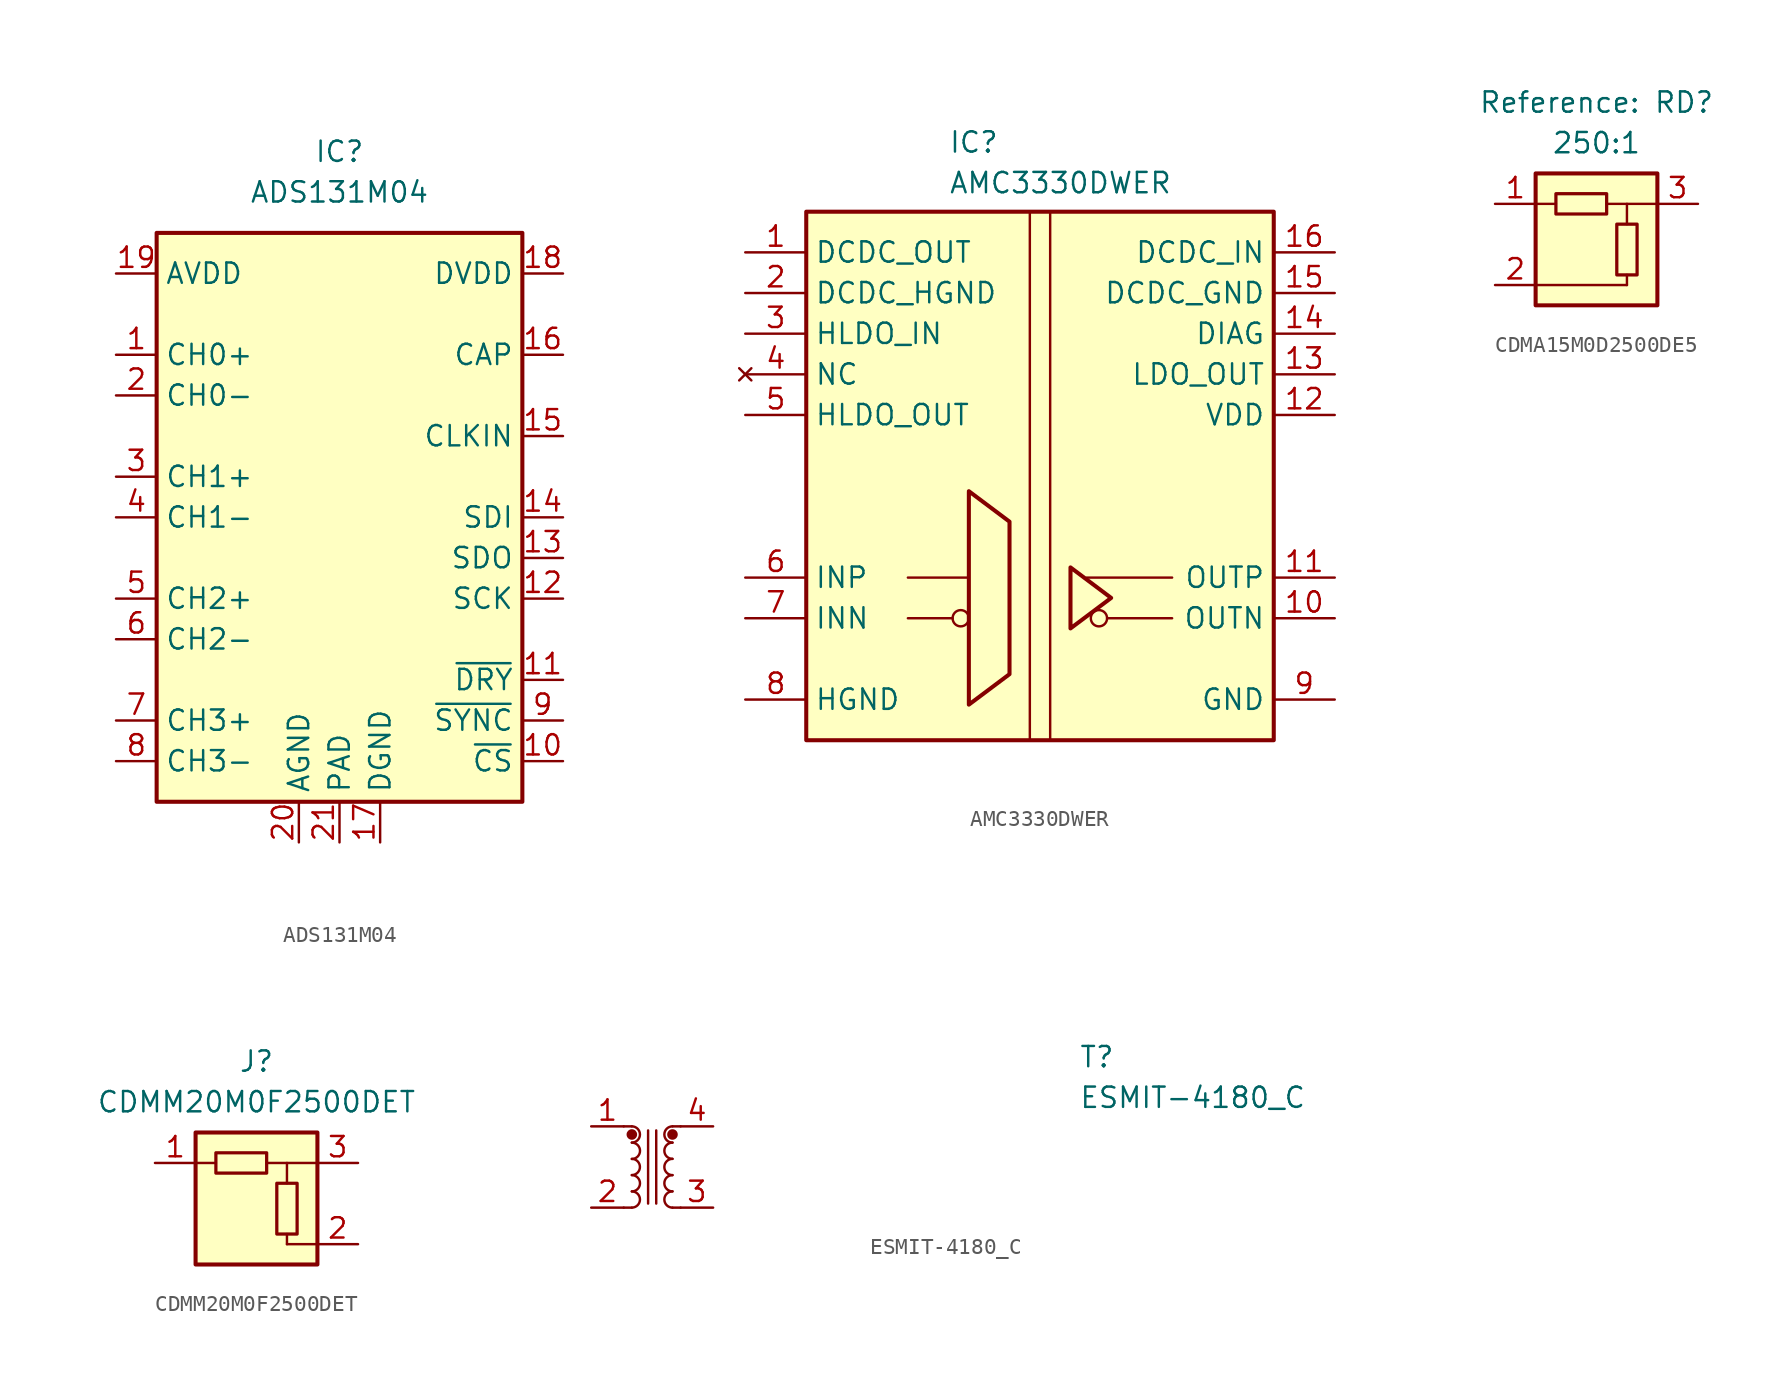
<source format=kicad_sym>
(kicad_symbol_lib
  (version 20241209)
  (generator "kicad_symbol_editor")
  (generator_version "9.0")
  (symbol "ADS131M04"
    (property "Reference" "IC"
      (at 0 22.86 0)
      (effects (font (size 1.27 1.27))))
    (property "Value" "ADS131M04"
      (at 0 20.32 0)
      (effects (font (size 1.27 1.27))))
    (symbol "ADS131M04_1_1"
      (rectangle (start -11.43 17.78) (end 11.43 -17.78) (stroke (width 0.254) (type default)) (fill (type background)))
      (pin passive line (at -13.97 15.24 0) (length 2.54) (name "AVDD" (effects (font (size 1.27 1.27)))) (number "19" (effects (font (size 1.27 1.27)))))
      (pin passive line (at -13.97 10.16 0) (length 2.54) (name "CH0+" (effects (font (size 1.27 1.27)))) (number "1" (effects (font (size 1.27 1.27)))))
      (pin passive line (at -13.97 7.62 0) (length 2.54) (name "CH0-" (effects (font (size 1.27 1.27)))) (number "2" (effects (font (size 1.27 1.27)))))
      (pin passive line (at -13.97 2.54 0) (length 2.54) (name "CH1+" (effects (font (size 1.27 1.27)))) (number "3" (effects (font (size 1.27 1.27)))))
      (pin passive line (at -13.97 0 0) (length 2.54) (name "CH1-" (effects (font (size 1.27 1.27)))) (number "4" (effects (font (size 1.27 1.27)))))
      (pin passive line (at -13.97 -5.08 0) (length 2.54) (name "CH2+" (effects (font (size 1.27 1.27)))) (number "5" (effects (font (size 1.27 1.27)))))
      (pin passive line (at -13.97 -7.62 0) (length 2.54) (name "CH2-" (effects (font (size 1.27 1.27)))) (number "6" (effects (font (size 1.27 1.27)))))
      (pin passive line (at -13.97 -12.7 0) (length 2.54) (name "CH3+" (effects (font (size 1.27 1.27)))) (number "7" (effects (font (size 1.27 1.27)))))
      (pin passive line (at -13.97 -15.24 0) (length 2.54) (name "CH3-" (effects (font (size 1.27 1.27)))) (number "8" (effects (font (size 1.27 1.27)))))
      (pin passive line (at -2.54 -20.32 90) (length 2.54) (name "AGND" (effects (font (size 1.27 1.27)))) (number "20" (effects (font (size 1.27 1.27)))))
      (pin passive line (at 0 -20.32 90) (length 2.54) (name "PAD" (effects (font (size 1.27 1.27)))) (number "21" (effects (font (size 1.27 1.27)))))
      (pin passive line (at 2.54 -20.32 90) (length 2.54) (name "DGND" (effects (font (size 1.27 1.27)))) (number "17" (effects (font (size 1.27 1.27)))))
      (pin passive line (at 13.97 15.24 180) (length 2.54) (name "DVDD" (effects (font (size 1.27 1.27)))) (number "18" (effects (font (size 1.27 1.27)))))
      (pin passive line (at 13.97 10.16 180) (length 2.54) (name "CAP" (effects (font (size 1.27 1.27)))) (number "16" (effects (font (size 1.27 1.27)))))
      (pin passive line (at 13.97 5.08 180) (length 2.54) (name "CLKIN" (effects (font (size 1.27 1.27)))) (number "15" (effects (font (size 1.27 1.27)))))
      (pin passive line (at 13.97 0 180) (length 2.54) (name "SDI" (effects (font (size 1.27 1.27)))) (number "14" (effects (font (size 1.27 1.27)))))
      (pin passive line (at 13.97 -2.54 180) (length 2.54) (name "SDO" (effects (font (size 1.27 1.27)))) (number "13" (effects (font (size 1.27 1.27)))))
      (pin passive line (at 13.97 -5.08 180) (length 2.54) (name "SCK" (effects (font (size 1.27 1.27)))) (number "12" (effects (font (size 1.27 1.27)))))
      (pin passive line (at 13.97 -10.16 180) (length 2.54) (name "~{DRY}" (effects (font (size 1.27 1.27)))) (number "11" (effects (font (size 1.27 1.27)))))
      (pin passive line (at 13.97 -12.7 180) (length 2.54) (name "~{SYNC}" (effects (font (size 1.27 1.27)))) (number "9" (effects (font (size 1.27 1.27)))))
      (pin passive line (at 13.97 -15.24 180) (length 2.54) (name "~{CS}" (effects (font (size 1.27 1.27)))) (number "10" (effects (font (size 1.27 1.27)))))))
  (symbol "AMC3330DWER"
    (property "Reference" "IC"
      (at -6.35 21.59 0)
      (effects (font (size 1.27 1.27)) (justify left top)))
    (property "Value" "AMC3330DWER"
      (at -6.35 19.05 0)
      (effects (font (size 1.27 1.27)) (justify left top)))
    (symbol "AMC3330DWER_0_1"
      (polyline (pts (xy -8.89 -6.35) (xy -5.08 -6.35)) (stroke (width 0) (type default)) (fill (type none)))
      (polyline (pts (xy -8.89 -8.89) (xy -6.096 -8.89)) (stroke (width 0) (type default)) (fill (type none)))
      (circle (center -5.588 -8.89) (radius 0.508) (stroke (width 0) (type default)) (fill (type none)))
      (polyline (pts (xy -2.54 -12.382) (xy -5.08 -14.287) (xy -5.08 -0.953) (xy -2.54 -2.857) (xy -2.54 -12.192)) (stroke (width 0) (type default)) (fill (type none)))
      (polyline (pts (xy 2.286 -6.35) (xy 7.62 -6.35)) (stroke (width 0) (type default)) (fill (type none)))
      (circle (center 3.048 -8.89) (radius 0.508) (stroke (width 0) (type default)) (fill (type none)))
      (polyline (pts (xy 3.556 -8.89) (xy 7.62 -8.89)) (stroke (width 0) (type default)) (fill (type none))))
    (symbol "AMC3330DWER_1_1"
      (rectangle (start -15.24 16.51) (end 13.97 -16.51) (stroke (width 0.254) (type solid)) (fill (type background)))
      (polyline (pts (xy -5.08 -1.016) (xy -5.08 -14.287) (xy -2.54 -12.383) (xy -2.54 -2.857) (xy -5.08 -0.953)) (stroke (width 0.254) (type solid)) (fill (type none)))
      (polyline (pts (xy -1.27 16.51) (xy -1.27 -16.51)) (stroke (width 0) (type solid)) (fill (type none)))
      (polyline (pts (xy 0 16.51) (xy 0 -16.51)) (stroke (width 0) (type solid)) (fill (type none)))
      (polyline (pts (xy 1.27 -5.715) (xy 1.27 -9.525) (xy 3.81 -7.62) (xy 1.27 -5.715)) (stroke (width 0.254) (type solid)) (fill (type none)))
      (pin passive line (at -19.05 13.97 0) (length 3.81) (name "DCDC_OUT" (effects (font (size 1.27 1.27)))) (number "1" (effects (font (size 1.27 1.27)))))
      (pin passive line (at -19.05 11.43 0) (length 3.81) (name "DCDC_HGND" (effects (font (size 1.27 1.27)))) (number "2" (effects (font (size 1.27 1.27)))))
      (pin passive line (at -19.05 8.89 0) (length 3.81) (name "HLDO_IN" (effects (font (size 1.27 1.27)))) (number "3" (effects (font (size 1.27 1.27)))))
      (pin no_connect line (at -19.05 6.35 0) (length 3.81) (name "NC" (effects (font (size 1.27 1.27)))) (number "4" (effects (font (size 1.27 1.27)))))
      (pin passive line (at -19.05 3.81 0) (length 3.81) (name "HLDO_OUT" (effects (font (size 1.27 1.27)))) (number "5" (effects (font (size 1.27 1.27)))))
      (pin passive line (at -19.05 -6.35 0) (length 3.81) (name "INP" (effects (font (size 1.27 1.27)))) (number "6" (effects (font (size 1.27 1.27)))))
      (pin passive line (at -19.05 -8.89 0) (length 3.81) (name "INN" (effects (font (size 1.27 1.27)))) (number "7" (effects (font (size 1.27 1.27)))))
      (pin passive line (at -19.05 -13.97 0) (length 3.81) (name "HGND" (effects (font (size 1.27 1.27)))) (number "8" (effects (font (size 1.27 1.27)))))
      (pin passive line (at 17.78 13.97 180) (length 3.81) (name "DCDC_IN" (effects (font (size 1.27 1.27)))) (number "16" (effects (font (size 1.27 1.27)))))
      (pin passive line (at 17.78 11.43 180) (length 3.81) (name "DCDC_GND" (effects (font (size 1.27 1.27)))) (number "15" (effects (font (size 1.27 1.27)))))
      (pin passive line (at 17.78 8.89 180) (length 3.81) (name "DIAG" (effects (font (size 1.27 1.27)))) (number "14" (effects (font (size 1.27 1.27)))))
      (pin passive line (at 17.78 6.35 180) (length 3.81) (name "LDO_OUT" (effects (font (size 1.27 1.27)))) (number "13" (effects (font (size 1.27 1.27)))))
      (pin passive line (at 17.78 3.81 180) (length 3.81) (name "VDD" (effects (font (size 1.27 1.27)))) (number "12" (effects (font (size 1.27 1.27)))))
      (pin passive line (at 17.78 -6.35 180) (length 3.81) (name "OUTP" (effects (font (size 1.27 1.27)))) (number "11" (effects (font (size 1.27 1.27)))))
      (pin passive line (at 17.78 -8.89 180) (length 3.81) (name "OUTN" (effects (font (size 1.27 1.27)))) (number "10" (effects (font (size 1.27 1.27)))))
      (pin passive line (at 17.78 -13.97 180) (length 3.81) (name "GND" (effects (font (size 1.27 1.27)))) (number "9" (effects (font (size 1.27 1.27)))))))
  (symbol "CDMA15M0D2500DE5"
    (property "Reference" "RD"
      (at 0 8.89 0)
      (show_name)
      (effects (font (size 1.27 1.27))))
    (property "Value" "250:1"
      (at 0 6.35 0)
      (effects (font (size 1.27 1.27))))
    (symbol "CDMA15M0D2500DE5_0_1"
      (rectangle (start -2.54 3.175) (end 0.635 1.905) (stroke (width 0.203) (type default)) (fill (type none)))
      (polyline (pts (xy 0.635 2.54) (xy 1.905 2.54) (xy 1.905 1.27)) (stroke (width 0) (type default)) (fill (type none)))
      (rectangle (start 1.27 1.27) (end 2.54 -1.905) (stroke (width 0.203) (type default)) (fill (type none)))
      (polyline (pts (xy 1.905 2.54) (xy 3.81 2.54)) (stroke (width 0) (type default)) (fill (type none)))
      (polyline (pts (xy 1.905 -2.54) (xy -3.81 -2.54)) (stroke (width 0) (type default)) (fill (type none))))
    (symbol "CDMA15M0D2500DE5_1_1"
      (rectangle (start -3.81 4.445) (end 3.81 -3.81) (stroke (width 0.254) (type default)) (fill (type background)))
      (polyline (pts (xy -2.54 2.54) (xy -3.81 2.54)) (stroke (width 0) (type default)) (fill (type none)))
      (polyline (pts (xy 1.905 -1.905) (xy 1.905 -2.54)) (stroke (width 0) (type default)) (fill (type none)))
      (pin power_in line (at -6.35 2.54 0) (length 2.54) (name "~" (effects (font (size 1.27 1.27)))) (number "1" (effects (font (size 1.27 1.27)))))
      (pin power_out line (at -6.35 -2.54 0) (length 2.54) (name "~" (effects (font (size 1.27 1.27)))) (number "2" (effects (font (size 1.27 1.27)))))
      (pin output line (at 6.35 2.54 180) (length 2.54) (name "~" (effects (font (size 1.27 1.27)))) (number "3" (effects (font (size 1.27 1.27)))))))
  (symbol "CDMM20M0F2500DET"
    (property "Reference" "J"
      (at 0 8.89 0)
      (effects (font (size 1.27 1.27))))
    (property "Value" "CDMM20M0F2500DET"
      (at 0 6.35 0)
      (effects (font (size 1.27 1.27))))
    (symbol "CDMM20M0F2500DET_0_1"
      (rectangle (start -2.54 3.175) (end 0.635 1.905) (stroke (width 0.203) (type default)) (fill (type none)))
      (polyline (pts (xy 0.635 2.54) (xy 1.905 2.54) (xy 1.905 1.27)) (stroke (width 0) (type default)) (fill (type none)))
      (rectangle (start 1.27 1.27) (end 2.54 -1.905) (stroke (width 0.203) (type default)) (fill (type none)))
      (polyline (pts (xy 1.905 2.54) (xy 3.81 2.54)) (stroke (width 0) (type default)) (fill (type none)))
      (polyline (pts (xy 1.905 -2.54) (xy 3.81 -2.54)) (stroke (width 0) (type default)) (fill (type none))))
    (symbol "CDMM20M0F2500DET_1_1"
      (rectangle (start -3.81 4.445) (end 3.81 -3.81) (stroke (width 0.254) (type default)) (fill (type background)))
      (polyline (pts (xy -2.54 2.54) (xy -3.81 2.54)) (stroke (width 0) (type default)) (fill (type none)))
      (polyline (pts (xy 1.905 -1.905) (xy 1.905 -2.54)) (stroke (width 0) (type default)) (fill (type none)))
      (pin power_in line (at -6.35 2.54 0) (length 2.54) (name "~" (effects (font (size 1.27 1.27)))) (number "1" (effects (font (size 1.27 1.27)))))
      (pin output line (at 6.35 2.54 180) (length 2.54) (name "~" (effects (font (size 1.27 1.27)))) (number "3" (effects (font (size 1.27 1.27)))))
      (pin power_out line (at 6.35 -2.54 180) (length 2.54) (name "~" (effects (font (size 1.27 1.27)))) (number "2" (effects (font (size 1.27 1.27)))))))
  (symbol "ESMIT-4180_C"
    (pin_names
      (hide yes))
    (property "Reference" "T"
      (at 26.67 7.62 0)
      (effects (font (size 1.27 1.27)) (justify left top)))
    (property "Value" "ESMIT-4180_C"
      (at 26.67 5.08 0)
      (effects (font (size 1.27 1.27)) (justify left top)))
    (symbol "ESMIT-4180_C_0_1"
      (polyline (pts (xy -1.778 -2.54) (xy -1.27 -2.54)) (stroke (width 0) (type default)) (fill (type none)))
      (arc (start -1.27 2.54) (mid -0.7642 2.032) (end -1.27 1.524) (stroke (width 0) (type default)) (fill (type none)))
      (arc (start -1.27 1.524) (mid -0.7642 1.016) (end -1.27 0.508) (stroke (width 0) (type default)) (fill (type none)))
      (arc (start -1.27 0.508) (mid -0.7642 0) (end -1.27 -0.508) (stroke (width 0) (type default)) (fill (type none)))
      (arc (start -1.27 -0.508) (mid -0.7642 -1.016) (end -1.27 -1.524) (stroke (width 0) (type default)) (fill (type none)))
      (arc (start -1.27 -1.524) (mid -0.7642 -2.032) (end -1.27 -2.54) (stroke (width 0) (type default)) (fill (type none)))
      (polyline (pts (xy -1.27 2.54) (xy -1.778 2.54)) (stroke (width 0) (type default)) (fill (type none)))
      (circle (center -1.27 2.032) (radius 0.254) (stroke (width 0) (type default)) (fill (type outline)))
      (polyline (pts (xy -0.254 -2.286) (xy -0.254 2.286)) (stroke (width 0) (type default)) (fill (type none)))
      (polyline (pts (xy 0.254 2.286) (xy 0.254 -2.286)) (stroke (width 0) (type default)) (fill (type none)))
      (polyline (pts (xy 1.27 2.54) (xy 1.778 2.54)) (stroke (width 0) (type default)) (fill (type none)))
      (circle (center 1.27 2.032) (radius 0.254) (stroke (width 0) (type default)) (fill (type outline)))
      (polyline (pts (xy 1.27 -2.54) (xy 1.778 -2.54)) (stroke (width 0) (type default)) (fill (type none)))
      (arc (start 1.27 1.524) (mid 0.7642 2.032) (end 1.27 2.54) (stroke (width 0) (type default)) (fill (type none)))
      (arc (start 1.27 0.508) (mid 0.7642 1.016) (end 1.27 1.524) (stroke (width 0) (type default)) (fill (type none)))
      (arc (start 1.27 -0.508) (mid 0.7642 0) (end 1.27 0.508) (stroke (width 0) (type default)) (fill (type none)))
      (arc (start 1.27 -1.524) (mid 0.7642 -1.016) (end 1.27 -0.508) (stroke (width 0) (type default)) (fill (type none)))
      (arc (start 1.27 -2.54) (mid 0.7642 -2.032) (end 1.27 -1.524) (stroke (width 0) (type default)) (fill (type none))))
    (symbol "ESMIT-4180_C_1_1"
      (pin passive line (at -3.81 2.54 0) (length 2.032) (name "1" (effects (font (size 1.27 1.27)))) (number "1" (effects (font (size 1.27 1.27)))))
      (pin passive line (at -3.81 -2.54 0) (length 2.032) (name "2" (effects (font (size 1.27 1.27)))) (number "2" (effects (font (size 1.27 1.27)))))
      (pin passive line (at 3.81 2.54 180) (length 2.032) (name "4" (effects (font (size 1.27 1.27)))) (number "4" (effects (font (size 1.27 1.27)))))
      (pin passive line (at 3.81 -2.54 180) (length 2.032) (name "3" (effects (font (size 1.27 1.27)))) (number "3" (effects (font (size 1.27 1.27))))))))
</source>
